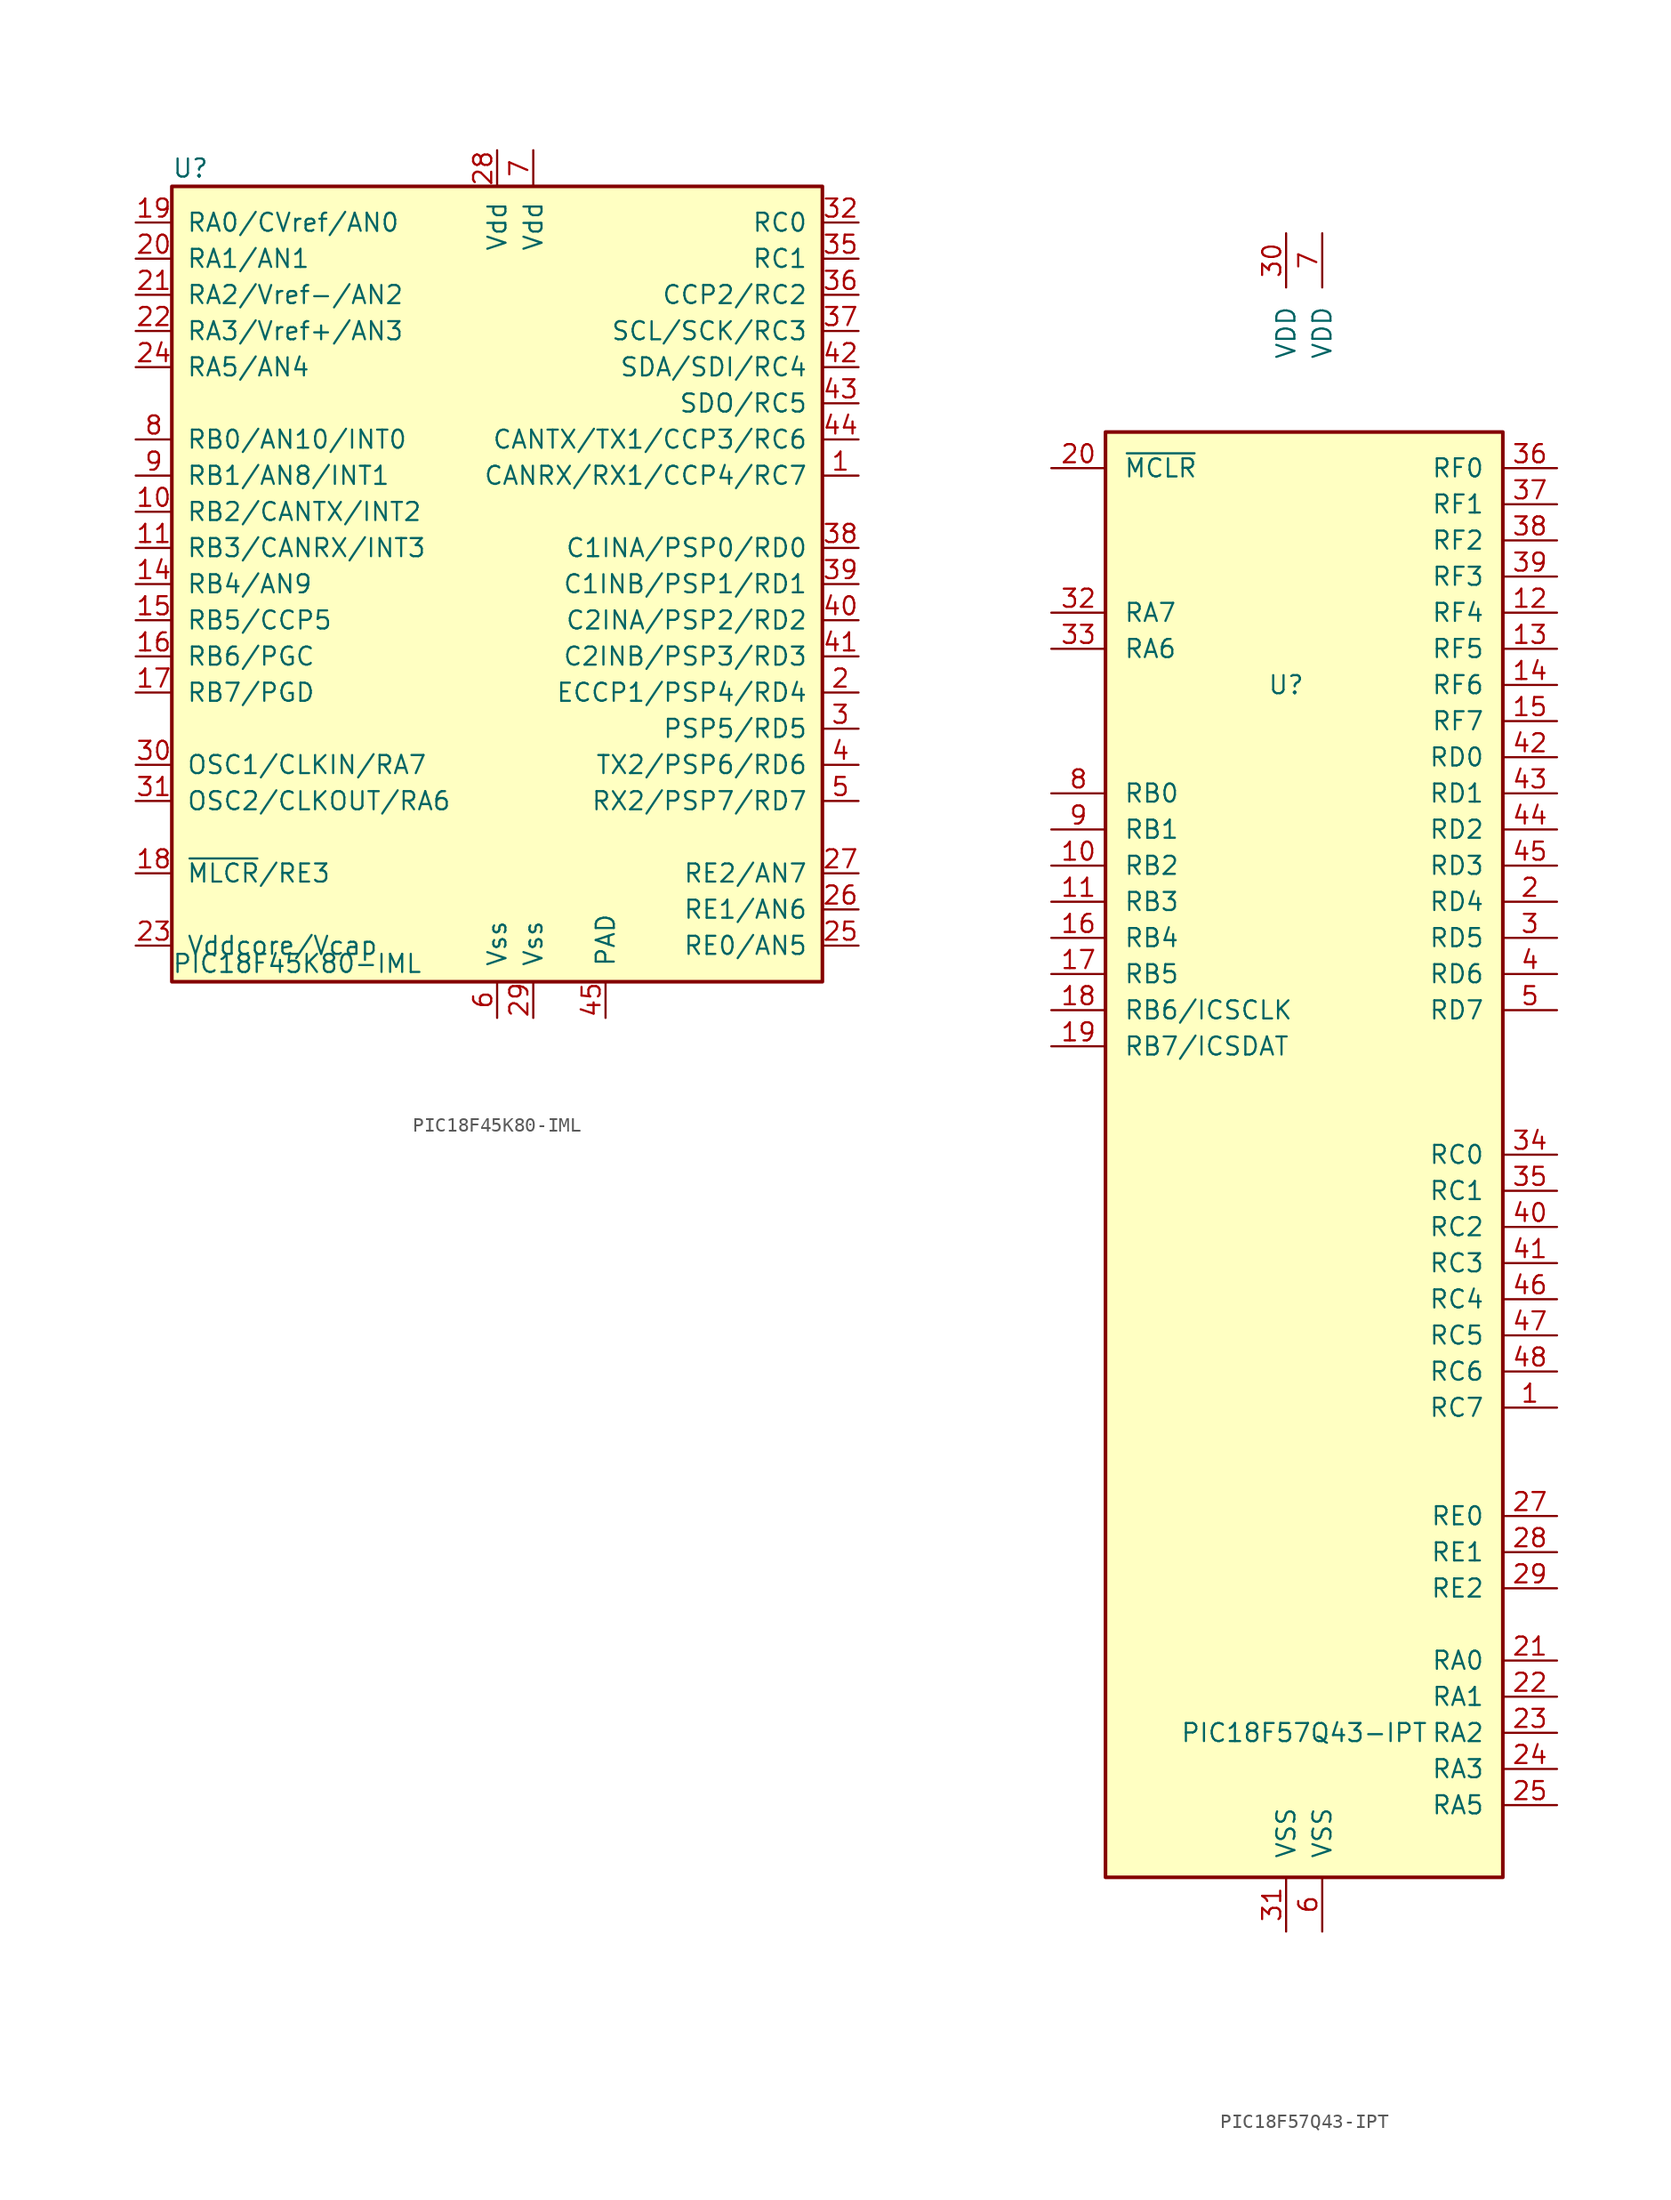
<source format=kicad_sym>
(kicad_symbol_lib
  (version 20220914)
  (generator kicad_symbol_editor)
  (symbol "PIC18F45K80-IML"
    (pin_names
      (offset 1.016))
    (property "Reference" "U"
      (at -22.86 29.21 0)
      (effects (font (size 1.27 1.27)) (justify left)))
    (property "Value" "PIC18F45K80-IML"
      (at -22.86 -26.67 0)
      (effects (font (size 1.27 1.27)) (justify left)))
    (symbol "PIC18F45K80-IML_0_1"
      (rectangle (start -22.86 27.94) (end 22.86 -27.94) (stroke (width 0.254) (type default)) (fill (type background))))
    (symbol "PIC18F45K80-IML_1_1"
      (pin bidirectional line (at 25.4 7.62 180) (length 2.54) (name "CANRX/RX1/CCP4/RC7" (effects (font (size 1.27 1.27)))) (number "1" (effects (font (size 1.27 1.27)))))
      (pin bidirectional line (at -25.4 5.08 0) (length 2.54) (name "RB2/CANTX/INT2" (effects (font (size 1.27 1.27)))) (number "10" (effects (font (size 1.27 1.27)))))
      (pin bidirectional line (at -25.4 2.54 0) (length 2.54) (name "RB3/CANRX/INT3" (effects (font (size 1.27 1.27)))) (number "11" (effects (font (size 1.27 1.27)))))
      (pin no_connect line (at -10.16 -27.94 90) (length 2.54) hide (name "NC" (effects (font (size 1.27 1.27)))) (number "12" (effects (font (size 1.27 1.27)))))
      (pin no_connect line (at -7.62 -27.94 90) (length 2.54) hide (name "NC" (effects (font (size 1.27 1.27)))) (number "13" (effects (font (size 1.27 1.27)))))
      (pin bidirectional line (at -25.4 0 0) (length 2.54) (name "RB4/AN9" (effects (font (size 1.27 1.27)))) (number "14" (effects (font (size 1.27 1.27)))))
      (pin bidirectional line (at -25.4 -2.54 0) (length 2.54) (name "RB5/CCP5" (effects (font (size 1.27 1.27)))) (number "15" (effects (font (size 1.27 1.27)))))
      (pin bidirectional line (at -25.4 -5.08 0) (length 2.54) (name "RB6/PGC" (effects (font (size 1.27 1.27)))) (number "16" (effects (font (size 1.27 1.27)))))
      (pin bidirectional line (at -25.4 -7.62 0) (length 2.54) (name "RB7/PGD" (effects (font (size 1.27 1.27)))) (number "17" (effects (font (size 1.27 1.27)))))
      (pin bidirectional line (at -25.4 -20.32 0) (length 2.54) (name "~{MLCR}/RE3" (effects (font (size 1.27 1.27)))) (number "18" (effects (font (size 1.27 1.27)))))
      (pin bidirectional line (at -25.4 25.4 0) (length 2.54) (name "RA0/CVref/AN0" (effects (font (size 1.27 1.27)))) (number "19" (effects (font (size 1.27 1.27)))))
      (pin bidirectional line (at 25.4 -7.62 180) (length 2.54) (name "ECCP1/PSP4/RD4" (effects (font (size 1.27 1.27)))) (number "2" (effects (font (size 1.27 1.27)))))
      (pin bidirectional line (at -25.4 22.86 0) (length 2.54) (name "RA1/AN1" (effects (font (size 1.27 1.27)))) (number "20" (effects (font (size 1.27 1.27)))))
      (pin bidirectional line (at -25.4 20.32 0) (length 2.54) (name "RA2/Vref-/AN2" (effects (font (size 1.27 1.27)))) (number "21" (effects (font (size 1.27 1.27)))))
      (pin bidirectional line (at -25.4 17.78 0) (length 2.54) (name "RA3/Vref+/AN3" (effects (font (size 1.27 1.27)))) (number "22" (effects (font (size 1.27 1.27)))))
      (pin power_in line (at -25.4 -25.4 0) (length 2.54) (name "Vddcore/Vcap" (effects (font (size 1.27 1.27)))) (number "23" (effects (font (size 1.27 1.27)))))
      (pin bidirectional line (at -25.4 15.24 0) (length 2.54) (name "RA5/AN4" (effects (font (size 1.27 1.27)))) (number "24" (effects (font (size 1.27 1.27)))))
      (pin bidirectional line (at 25.4 -25.4 180) (length 2.54) (name "RE0/AN5" (effects (font (size 1.27 1.27)))) (number "25" (effects (font (size 1.27 1.27)))))
      (pin bidirectional line (at 25.4 -22.86 180) (length 2.54) (name "RE1/AN6" (effects (font (size 1.27 1.27)))) (number "26" (effects (font (size 1.27 1.27)))))
      (pin bidirectional line (at 25.4 -20.32 180) (length 2.54) (name "RE2/AN7" (effects (font (size 1.27 1.27)))) (number "27" (effects (font (size 1.27 1.27)))))
      (pin power_in line (at 0 30.48 270) (length 2.54) (name "Vdd" (effects (font (size 1.27 1.27)))) (number "28" (effects (font (size 1.27 1.27)))))
      (pin power_in line (at 2.54 -30.48 90) (length 2.54) (name "Vss" (effects (font (size 1.27 1.27)))) (number "29" (effects (font (size 1.27 1.27)))))
      (pin bidirectional line (at 25.4 -10.16 180) (length 2.54) (name "PSP5/RD5" (effects (font (size 1.27 1.27)))) (number "3" (effects (font (size 1.27 1.27)))))
      (pin input line (at -25.4 -12.7 0) (length 2.54) (name "OSC1/CLKIN/RA7" (effects (font (size 1.27 1.27)))) (number "30" (effects (font (size 1.27 1.27)))))
      (pin input line (at -25.4 -15.24 0) (length 2.54) (name "OSC2/CLKOUT/RA6" (effects (font (size 1.27 1.27)))) (number "31" (effects (font (size 1.27 1.27)))))
      (pin bidirectional line (at 25.4 25.4 180) (length 2.54) (name "RC0" (effects (font (size 1.27 1.27)))) (number "32" (effects (font (size 1.27 1.27)))))
      (pin no_connect line (at -5.08 -27.94 90) (length 2.54) hide (name "NC" (effects (font (size 1.27 1.27)))) (number "33" (effects (font (size 1.27 1.27)))))
      (pin no_connect line (at -2.54 -27.94 90) (length 2.54) hide (name "NC" (effects (font (size 1.27 1.27)))) (number "34" (effects (font (size 1.27 1.27)))))
      (pin bidirectional line (at 25.4 22.86 180) (length 2.54) (name "RC1" (effects (font (size 1.27 1.27)))) (number "35" (effects (font (size 1.27 1.27)))))
      (pin bidirectional line (at 25.4 20.32 180) (length 2.54) (name "CCP2/RC2" (effects (font (size 1.27 1.27)))) (number "36" (effects (font (size 1.27 1.27)))))
      (pin bidirectional line (at 25.4 17.78 180) (length 2.54) (name "SCL/SCK/RC3" (effects (font (size 1.27 1.27)))) (number "37" (effects (font (size 1.27 1.27)))))
      (pin bidirectional line (at 25.4 2.54 180) (length 2.54) (name "C1INA/PSP0/RD0" (effects (font (size 1.27 1.27)))) (number "38" (effects (font (size 1.27 1.27)))))
      (pin bidirectional line (at 25.4 0 180) (length 2.54) (name "C1INB/PSP1/RD1" (effects (font (size 1.27 1.27)))) (number "39" (effects (font (size 1.27 1.27)))))
      (pin bidirectional line (at 25.4 -12.7 180) (length 2.54) (name "TX2/PSP6/RD6" (effects (font (size 1.27 1.27)))) (number "4" (effects (font (size 1.27 1.27)))))
      (pin bidirectional line (at 25.4 -2.54 180) (length 2.54) (name "C2INA/PSP2/RD2" (effects (font (size 1.27 1.27)))) (number "40" (effects (font (size 1.27 1.27)))))
      (pin bidirectional line (at 25.4 -5.08 180) (length 2.54) (name "C2INB/PSP3/RD3" (effects (font (size 1.27 1.27)))) (number "41" (effects (font (size 1.27 1.27)))))
      (pin bidirectional line (at 25.4 15.24 180) (length 2.54) (name "SDA/SDI/RC4" (effects (font (size 1.27 1.27)))) (number "42" (effects (font (size 1.27 1.27)))))
      (pin bidirectional line (at 25.4 12.7 180) (length 2.54) (name "SDO/RC5" (effects (font (size 1.27 1.27)))) (number "43" (effects (font (size 1.27 1.27)))))
      (pin bidirectional line (at 25.4 10.16 180) (length 2.54) (name "CANTX/TX1/CCP3/RC6" (effects (font (size 1.27 1.27)))) (number "44" (effects (font (size 1.27 1.27)))))
      (pin power_in line (at 7.62 -30.48 90) (length 2.54) (name "PAD" (effects (font (size 1.27 1.27)))) (number "45" (effects (font (size 1.27 1.27)))))
      (pin bidirectional line (at 25.4 -15.24 180) (length 2.54) (name "RX2/PSP7/RD7" (effects (font (size 1.27 1.27)))) (number "5" (effects (font (size 1.27 1.27)))))
      (pin power_in line (at 0 -30.48 90) (length 2.54) (name "Vss" (effects (font (size 1.27 1.27)))) (number "6" (effects (font (size 1.27 1.27)))))
      (pin power_in line (at 2.54 30.48 270) (length 2.54) (name "Vdd" (effects (font (size 1.27 1.27)))) (number "7" (effects (font (size 1.27 1.27)))))
      (pin bidirectional line (at -25.4 10.16 0) (length 2.54) (name "RB0/AN10/INT0" (effects (font (size 1.27 1.27)))) (number "8" (effects (font (size 1.27 1.27)))))
      (pin bidirectional line (at -25.4 7.62 0) (length 2.54) (name "RB1/AN8/INT1" (effects (font (size 1.27 1.27)))) (number "9" (effects (font (size 1.27 1.27)))))))
  (symbol "PIC18F57Q43-IPT"
    (pin_names
      (offset 1.27))
    (property "Reference" "U"
      (at -1.27 33.02 0)
      (effects (font (size 1.27 1.27))))
    (property "Value" "PIC18F57Q43-IPT"
      (at 0 -40.64 0)
      (effects (font (size 1.27 1.27))))
    (symbol "PIC18F57Q43-IPT_0_1"
      (rectangle (start -13.97 50.8) (end 13.97 -50.8) (stroke (width 0.254) (type default)) (fill (type background))))
    (symbol "PIC18F57Q43-IPT_1_1"
      (pin bidirectional line (at 17.78 -17.78 180) (length 3.81) (name "RC7" (effects (font (size 1.27 1.27)))) (number "1" (effects (font (size 1.27 1.27)))))
      (pin bidirectional line (at -17.78 20.32 0) (length 3.81) (name "RB2" (effects (font (size 1.27 1.27)))) (number "10" (effects (font (size 1.27 1.27)))))
      (pin bidirectional line (at -17.78 17.78 0) (length 3.81) (name "RB3" (effects (font (size 1.27 1.27)))) (number "11" (effects (font (size 1.27 1.27)))))
      (pin bidirectional line (at 17.78 38.1 180) (length 3.81) (name "RF4" (effects (font (size 1.27 1.27)))) (number "12" (effects (font (size 1.27 1.27)))))
      (pin bidirectional line (at 17.78 35.56 180) (length 3.81) (name "RF5" (effects (font (size 1.27 1.27)))) (number "13" (effects (font (size 1.27 1.27)))))
      (pin bidirectional line (at 17.78 33.02 180) (length 3.81) (name "RF6" (effects (font (size 1.27 1.27)))) (number "14" (effects (font (size 1.27 1.27)))))
      (pin bidirectional line (at 17.78 30.48 180) (length 3.81) (name "RF7" (effects (font (size 1.27 1.27)))) (number "15" (effects (font (size 1.27 1.27)))))
      (pin bidirectional line (at -17.78 15.24 0) (length 3.81) (name "RB4" (effects (font (size 1.27 1.27)))) (number "16" (effects (font (size 1.27 1.27)))))
      (pin bidirectional line (at -17.78 12.7 0) (length 3.81) (name "RB5" (effects (font (size 1.27 1.27)))) (number "17" (effects (font (size 1.27 1.27)))))
      (pin bidirectional line (at -17.78 10.16 0) (length 3.81) (name "RB6/ICSCLK" (effects (font (size 1.27 1.27)))) (number "18" (effects (font (size 1.27 1.27)))))
      (pin bidirectional line (at -17.78 7.62 0) (length 3.81) (name "RB7/ICSDAT" (effects (font (size 1.27 1.27)))) (number "19" (effects (font (size 1.27 1.27)))))
      (pin bidirectional line (at 17.78 17.78 180) (length 3.81) (name "RD4" (effects (font (size 1.27 1.27)))) (number "2" (effects (font (size 1.27 1.27)))))
      (pin input line (at -17.78 48.26 0) (length 3.81) (name "~{MCLR}" (effects (font (size 1.27 1.27)))) (number "20" (effects (font (size 1.27 1.27)))))
      (pin bidirectional line (at 17.78 -35.56 180) (length 3.81) (name "RA0" (effects (font (size 1.27 1.27)))) (number "21" (effects (font (size 1.27 1.27)))))
      (pin bidirectional line (at 17.78 -38.1 180) (length 3.81) (name "RA1" (effects (font (size 1.27 1.27)))) (number "22" (effects (font (size 1.27 1.27)))))
      (pin bidirectional line (at 17.78 -40.64 180) (length 3.81) (name "RA2" (effects (font (size 1.27 1.27)))) (number "23" (effects (font (size 1.27 1.27)))))
      (pin bidirectional line (at 17.78 -43.18 180) (length 3.81) (name "RA3" (effects (font (size 1.27 1.27)))) (number "24" (effects (font (size 1.27 1.27)))))
      (pin bidirectional line (at 17.78 -45.72 180) (length 3.81) (name "RA5" (effects (font (size 1.27 1.27)))) (number "25" (effects (font (size 1.27 1.27)))))
      (pin bidirectional line (at 17.78 -25.4 180) (length 3.81) (name "RE0" (effects (font (size 1.27 1.27)))) (number "27" (effects (font (size 1.27 1.27)))))
      (pin bidirectional line (at 17.78 -27.94 180) (length 3.81) (name "RE1" (effects (font (size 1.27 1.27)))) (number "28" (effects (font (size 1.27 1.27)))))
      (pin power_in line (at 17.78 -30.48 180) (length 3.81) (name "RE2" (effects (font (size 1.27 1.27)))) (number "29" (effects (font (size 1.27 1.27)))))
      (pin bidirectional line (at 17.78 15.24 180) (length 3.81) (name "RD5" (effects (font (size 1.27 1.27)))) (number "3" (effects (font (size 1.27 1.27)))))
      (pin power_in line (at -1.27 64.77 270) (length 3.81) (name "VDD" (effects (font (size 1.27 1.27)))) (number "30" (effects (font (size 1.27 1.27)))))
      (pin power_in line (at -1.27 -54.61 90) (length 3.81) (name "VSS" (effects (font (size 1.27 1.27)))) (number "31" (effects (font (size 1.27 1.27)))))
      (pin input line (at -17.78 38.1 0) (length 3.81) (name "RA7" (effects (font (size 1.27 1.27)))) (number "32" (effects (font (size 1.27 1.27)))))
      (pin output line (at -17.78 35.56 0) (length 3.81) (name "RA6" (effects (font (size 1.27 1.27)))) (number "33" (effects (font (size 1.27 1.27)))))
      (pin bidirectional line (at 17.78 0 180) (length 3.81) (name "RC0" (effects (font (size 1.27 1.27)))) (number "34" (effects (font (size 1.27 1.27)))))
      (pin bidirectional line (at 17.78 -2.54 180) (length 3.81) (name "RC1" (effects (font (size 1.27 1.27)))) (number "35" (effects (font (size 1.27 1.27)))))
      (pin bidirectional line (at 17.78 48.26 180) (length 3.81) (name "RF0" (effects (font (size 1.27 1.27)))) (number "36" (effects (font (size 1.27 1.27)))))
      (pin bidirectional line (at 17.78 45.72 180) (length 3.81) (name "RF1" (effects (font (size 1.27 1.27)))) (number "37" (effects (font (size 1.27 1.27)))))
      (pin bidirectional line (at 17.78 43.18 180) (length 3.81) (name "RF2" (effects (font (size 1.27 1.27)))) (number "38" (effects (font (size 1.27 1.27)))))
      (pin bidirectional line (at 17.78 40.64 180) (length 3.81) (name "RF3" (effects (font (size 1.27 1.27)))) (number "39" (effects (font (size 1.27 1.27)))))
      (pin bidirectional line (at 17.78 12.7 180) (length 3.81) (name "RD6" (effects (font (size 1.27 1.27)))) (number "4" (effects (font (size 1.27 1.27)))))
      (pin bidirectional line (at 17.78 -5.08 180) (length 3.81) (name "RC2" (effects (font (size 1.27 1.27)))) (number "40" (effects (font (size 1.27 1.27)))))
      (pin bidirectional line (at 17.78 -7.62 180) (length 3.81) (name "RC3" (effects (font (size 1.27 1.27)))) (number "41" (effects (font (size 1.27 1.27)))))
      (pin bidirectional line (at 17.78 27.94 180) (length 3.81) (name "RD0" (effects (font (size 1.27 1.27)))) (number "42" (effects (font (size 1.27 1.27)))))
      (pin bidirectional line (at 17.78 25.4 180) (length 3.81) (name "RD1" (effects (font (size 1.27 1.27)))) (number "43" (effects (font (size 1.27 1.27)))))
      (pin bidirectional line (at 17.78 22.86 180) (length 3.81) (name "RD2" (effects (font (size 1.27 1.27)))) (number "44" (effects (font (size 1.27 1.27)))))
      (pin bidirectional line (at 17.78 20.32 180) (length 3.81) (name "RD3" (effects (font (size 1.27 1.27)))) (number "45" (effects (font (size 1.27 1.27)))))
      (pin bidirectional line (at 17.78 -10.16 180) (length 3.81) (name "RC4" (effects (font (size 1.27 1.27)))) (number "46" (effects (font (size 1.27 1.27)))))
      (pin bidirectional line (at 17.78 -12.7 180) (length 3.81) (name "RC5" (effects (font (size 1.27 1.27)))) (number "47" (effects (font (size 1.27 1.27)))))
      (pin bidirectional line (at 17.78 -15.24 180) (length 3.81) (name "RC6" (effects (font (size 1.27 1.27)))) (number "48" (effects (font (size 1.27 1.27)))))
      (pin bidirectional line (at 17.78 10.16 180) (length 3.81) (name "RD7" (effects (font (size 1.27 1.27)))) (number "5" (effects (font (size 1.27 1.27)))))
      (pin power_in line (at 1.27 -54.61 90) (length 3.81) (name "VSS" (effects (font (size 1.27 1.27)))) (number "6" (effects (font (size 1.27 1.27)))))
      (pin power_in line (at 1.27 64.77 270) (length 3.81) (name "VDD" (effects (font (size 1.27 1.27)))) (number "7" (effects (font (size 1.27 1.27)))))
      (pin bidirectional line (at -17.78 25.4 0) (length 3.81) (name "RB0" (effects (font (size 1.27 1.27)))) (number "8" (effects (font (size 1.27 1.27)))))
      (pin bidirectional line (at -17.78 22.86 0) (length 3.81) (name "RB1" (effects (font (size 1.27 1.27)))) (number "9" (effects (font (size 1.27 1.27))))))))
</source>
